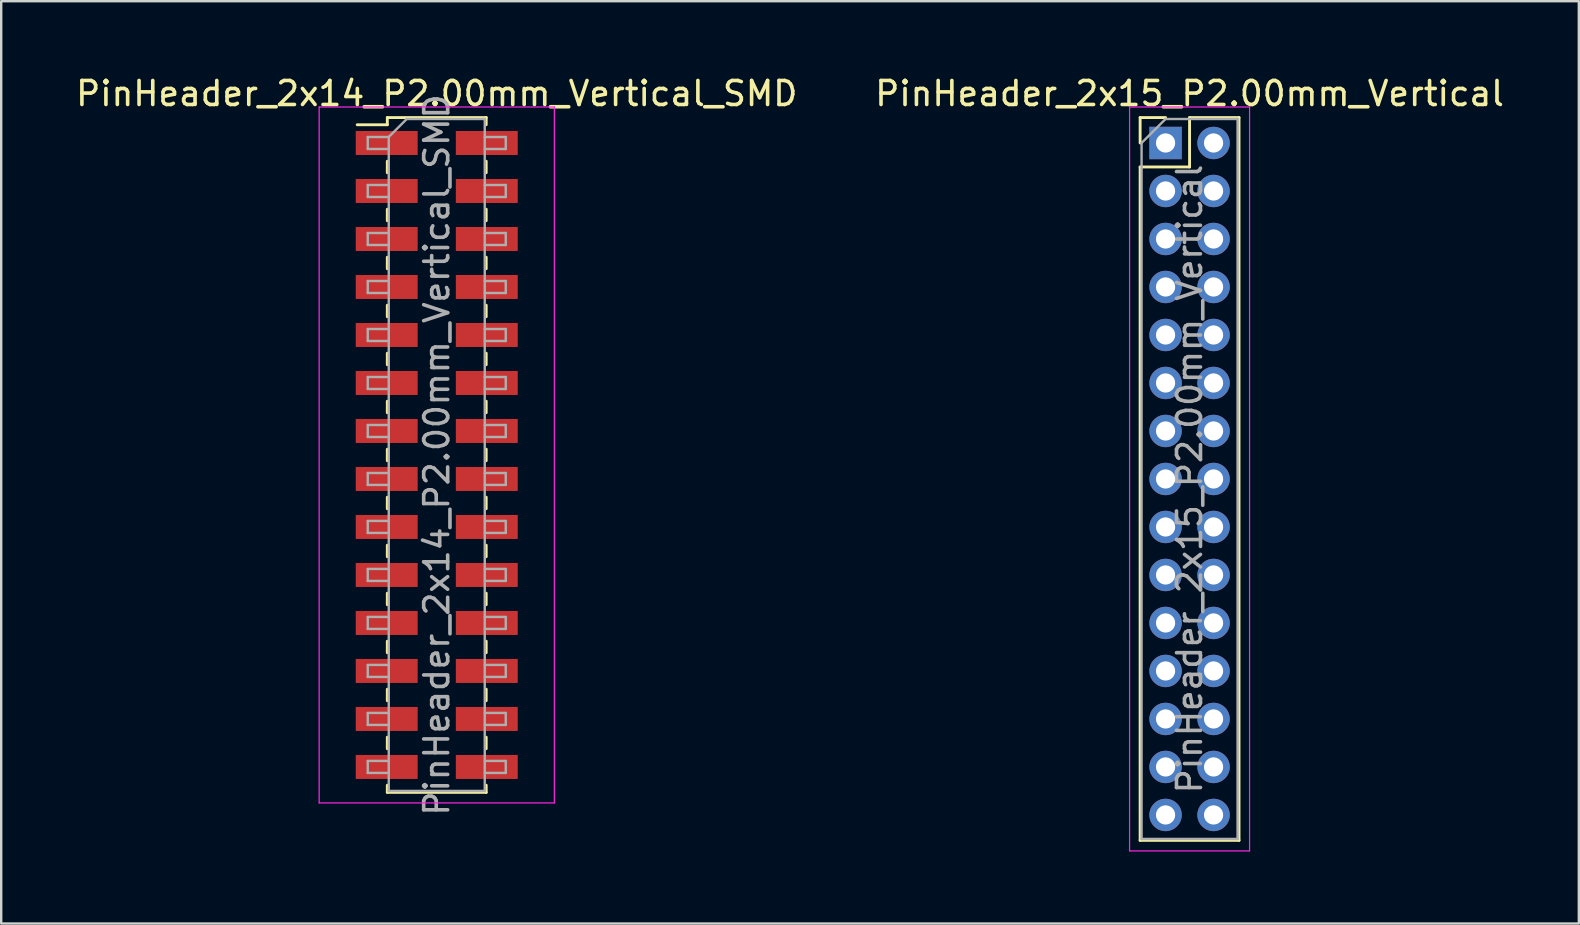
<source format=kicad_pcb>
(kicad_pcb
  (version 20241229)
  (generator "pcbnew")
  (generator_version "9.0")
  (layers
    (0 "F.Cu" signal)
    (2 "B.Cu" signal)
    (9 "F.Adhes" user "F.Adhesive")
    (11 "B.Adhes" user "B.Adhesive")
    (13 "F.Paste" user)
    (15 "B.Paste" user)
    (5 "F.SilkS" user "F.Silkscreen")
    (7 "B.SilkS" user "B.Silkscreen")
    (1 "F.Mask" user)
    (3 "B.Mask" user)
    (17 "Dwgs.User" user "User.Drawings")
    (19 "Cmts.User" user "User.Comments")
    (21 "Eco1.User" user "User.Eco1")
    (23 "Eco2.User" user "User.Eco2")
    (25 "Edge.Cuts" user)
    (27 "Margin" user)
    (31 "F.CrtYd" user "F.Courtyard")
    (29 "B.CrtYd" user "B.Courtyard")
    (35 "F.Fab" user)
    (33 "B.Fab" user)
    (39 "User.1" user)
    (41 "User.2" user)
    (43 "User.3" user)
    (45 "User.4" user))
  (footprint "PinHeader_2x14_P2.00mm_Vertical_SMD"
    (layer "F.Cu")
    (at 15.149 15.908)
    (property "Reference" "PinHeader_2x14_P2.00mm_Vertical_SMD" (at 0 -15.06 0) (layer "F.SilkS") (effects (font (size 1 1) (thickness 0.15))))
    (attr smd)
    (fp_line (start -3.315 -13.76) (end -2.06 -13.76) (stroke (width 0.12) (type solid)) (layer "F.SilkS"))
    (fp_line (start -2.06 -14.06) (end -2.06 -13.76) (stroke (width 0.12) (type solid)) (layer "F.SilkS"))
    (fp_line (start -2.06 -14.06) (end 2.06 -14.06) (stroke (width 0.12) (type solid)) (layer "F.SilkS"))
    (fp_line (start -2.06 -12.24) (end -2.06 -11.76) (stroke (width 0.12) (type solid)) (layer "F.SilkS"))
    (fp_line (start -2.06 -10.24) (end -2.06 -9.76) (stroke (width 0.12) (type solid)) (layer "F.SilkS"))
    (fp_line (start -2.06 -8.24) (end -2.06 -7.76) (stroke (width 0.12) (type solid)) (layer "F.SilkS"))
    (fp_line (start -2.06 -6.24) (end -2.06 -5.76) (stroke (width 0.12) (type solid)) (layer "F.SilkS"))
    (fp_line (start -2.06 -4.24) (end -2.06 -3.76) (stroke (width 0.12) (type solid)) (layer "F.SilkS"))
    (fp_line (start -2.06 -2.24) (end -2.06 -1.76) (stroke (width 0.12) (type solid)) (layer "F.SilkS"))
    (fp_line (start -2.06 -0.24) (end -2.06 0.24) (stroke (width 0.12) (type solid)) (layer "F.SilkS"))
    (fp_line (start -2.06 1.76) (end -2.06 2.24) (stroke (width 0.12) (type solid)) (layer "F.SilkS"))
    (fp_line (start -2.06 3.76) (end -2.06 4.24) (stroke (width 0.12) (type solid)) (layer "F.SilkS"))
    (fp_line (start -2.06 5.76) (end -2.06 6.24) (stroke (width 0.12) (type solid)) (layer "F.SilkS"))
    (fp_line (start -2.06 7.76) (end -2.06 8.24) (stroke (width 0.12) (type solid)) (layer "F.SilkS"))
    (fp_line (start -2.06 9.76) (end -2.06 10.24) (stroke (width 0.12) (type solid)) (layer "F.SilkS"))
    (fp_line (start -2.06 11.76) (end -2.06 12.24) (stroke (width 0.12) (type solid)) (layer "F.SilkS"))
    (fp_line (start -2.06 13.76) (end -2.06 14.06) (stroke (width 0.12) (type solid)) (layer "F.SilkS"))
    (fp_line (start -2.06 14.06) (end 2.06 14.06) (stroke (width 0.12) (type solid)) (layer "F.SilkS"))
    (fp_line (start 2.06 -14.06) (end 2.06 -13.76) (stroke (width 0.12) (type solid)) (layer "F.SilkS"))
    (fp_line (start 2.06 -12.24) (end 2.06 -11.76) (stroke (width 0.12) (type solid)) (layer "F.SilkS"))
    (fp_line (start 2.06 -10.24) (end 2.06 -9.76) (stroke (width 0.12) (type solid)) (layer "F.SilkS"))
    (fp_line (start 2.06 -8.24) (end 2.06 -7.76) (stroke (width 0.12) (type solid)) (layer "F.SilkS"))
    (fp_line (start 2.06 -6.24) (end 2.06 -5.76) (stroke (width 0.12) (type solid)) (layer "F.SilkS"))
    (fp_line (start 2.06 -4.24) (end 2.06 -3.76) (stroke (width 0.12) (type solid)) (layer "F.SilkS"))
    (fp_line (start 2.06 -2.24) (end 2.06 -1.76) (stroke (width 0.12) (type solid)) (layer "F.SilkS"))
    (fp_line (start 2.06 -0.24) (end 2.06 0.24) (stroke (width 0.12) (type solid)) (layer "F.SilkS"))
    (fp_line (start 2.06 1.76) (end 2.06 2.24) (stroke (width 0.12) (type solid)) (layer "F.SilkS"))
    (fp_line (start 2.06 3.76) (end 2.06 4.24) (stroke (width 0.12) (type solid)) (layer "F.SilkS"))
    (fp_line (start 2.06 5.76) (end 2.06 6.24) (stroke (width 0.12) (type solid)) (layer "F.SilkS"))
    (fp_line (start 2.06 7.76) (end 2.06 8.24) (stroke (width 0.12) (type solid)) (layer "F.SilkS"))
    (fp_line (start 2.06 9.76) (end 2.06 10.24) (stroke (width 0.12) (type solid)) (layer "F.SilkS"))
    (fp_line (start 2.06 11.76) (end 2.06 12.24) (stroke (width 0.12) (type solid)) (layer "F.SilkS"))
    (fp_line (start 2.06 13.76) (end 2.06 14.06) (stroke (width 0.12) (type solid)) (layer "F.SilkS"))
    (fp_line (start -4.9 -14.5) (end -4.9 14.5) (stroke (width 0.05) (type solid)) (layer "F.CrtYd"))
    (fp_line (start -4.9 14.5) (end 4.9 14.5) (stroke (width 0.05) (type solid)) (layer "F.CrtYd"))
    (fp_line (start 4.9 -14.5) (end -4.9 -14.5) (stroke (width 0.05) (type solid)) (layer "F.CrtYd"))
    (fp_line (start 4.9 14.5) (end 4.9 -14.5) (stroke (width 0.05) (type solid)) (layer "F.CrtYd"))
    (fp_line (start -2.875 -13.25) (end -2.875 -12.75) (stroke (width 0.1) (type solid)) (layer "F.Fab"))
    (fp_line (start -2.875 -12.75) (end -2 -12.75) (stroke (width 0.1) (type solid)) (layer "F.Fab"))
    (fp_line (start -2.875 -11.25) (end -2.875 -10.75) (stroke (width 0.1) (type solid)) (layer "F.Fab"))
    (fp_line (start -2.875 -10.75) (end -2 -10.75) (stroke (width 0.1) (type solid)) (layer "F.Fab"))
    (fp_line (start -2.875 -9.25) (end -2.875 -8.75) (stroke (width 0.1) (type solid)) (layer "F.Fab"))
    (fp_line (start -2.875 -8.75) (end -2 -8.75) (stroke (width 0.1) (type solid)) (layer "F.Fab"))
    (fp_line (start -2.875 -7.25) (end -2.875 -6.75) (stroke (width 0.1) (type solid)) (layer "F.Fab"))
    (fp_line (start -2.875 -6.75) (end -2 -6.75) (stroke (width 0.1) (type solid)) (layer "F.Fab"))
    (fp_line (start -2.875 -5.25) (end -2.875 -4.75) (stroke (width 0.1) (type solid)) (layer "F.Fab"))
    (fp_line (start -2.875 -4.75) (end -2 -4.75) (stroke (width 0.1) (type solid)) (layer "F.Fab"))
    (fp_line (start -2.875 -3.25) (end -2.875 -2.75) (stroke (width 0.1) (type solid)) (layer "F.Fab"))
    (fp_line (start -2.875 -2.75) (end -2 -2.75) (stroke (width 0.1) (type solid)) (layer "F.Fab"))
    (fp_line (start -2.875 -1.25) (end -2.875 -0.75) (stroke (width 0.1) (type solid)) (layer "F.Fab"))
    (fp_line (start -2.875 -0.75) (end -2 -0.75) (stroke (width 0.1) (type solid)) (layer "F.Fab"))
    (fp_line (start -2.875 0.75) (end -2.875 1.25) (stroke (width 0.1) (type solid)) (layer "F.Fab"))
    (fp_line (start -2.875 1.25) (end -2 1.25) (stroke (width 0.1) (type solid)) (layer "F.Fab"))
    (fp_line (start -2.875 2.75) (end -2.875 3.25) (stroke (width 0.1) (type solid)) (layer "F.Fab"))
    (fp_line (start -2.875 3.25) (end -2 3.25) (stroke (width 0.1) (type solid)) (layer "F.Fab"))
    (fp_line (start -2.875 4.75) (end -2.875 5.25) (stroke (width 0.1) (type solid)) (layer "F.Fab"))
    (fp_line (start -2.875 5.25) (end -2 5.25) (stroke (width 0.1) (type solid)) (layer "F.Fab"))
    (fp_line (start -2.875 6.75) (end -2.875 7.25) (stroke (width 0.1) (type solid)) (layer "F.Fab"))
    (fp_line (start -2.875 7.25) (end -2 7.25) (stroke (width 0.1) (type solid)) (layer "F.Fab"))
    (fp_line (start -2.875 8.75) (end -2.875 9.25) (stroke (width 0.1) (type solid)) (layer "F.Fab"))
    (fp_line (start -2.875 9.25) (end -2 9.25) (stroke (width 0.1) (type solid)) (layer "F.Fab"))
    (fp_line (start -2.875 10.75) (end -2.875 11.25) (stroke (width 0.1) (type solid)) (layer "F.Fab"))
    (fp_line (start -2.875 11.25) (end -2 11.25) (stroke (width 0.1) (type solid)) (layer "F.Fab"))
    (fp_line (start -2.875 12.75) (end -2.875 13.25) (stroke (width 0.1) (type solid)) (layer "F.Fab"))
    (fp_line (start -2.875 13.25) (end -2 13.25) (stroke (width 0.1) (type solid)) (layer "F.Fab"))
    (fp_line (start -2 -13.25) (end -2.875 -13.25) (stroke (width 0.1) (type solid)) (layer "F.Fab"))
    (fp_line (start -2 -13.25) (end -1.25 -14) (stroke (width 0.1) (type solid)) (layer "F.Fab"))
    (fp_line (start -2 -11.25) (end -2.875 -11.25) (stroke (width 0.1) (type solid)) (layer "F.Fab"))
    (fp_line (start -2 -9.25) (end -2.875 -9.25) (stroke (width 0.1) (type solid)) (layer "F.Fab"))
    (fp_line (start -2 -7.25) (end -2.875 -7.25) (stroke (width 0.1) (type solid)) (layer "F.Fab"))
    (fp_line (start -2 -5.25) (end -2.875 -5.25) (stroke (width 0.1) (type solid)) (layer "F.Fab"))
    (fp_line (start -2 -3.25) (end -2.875 -3.25) (stroke (width 0.1) (type solid)) (layer "F.Fab"))
    (fp_line (start -2 -1.25) (end -2.875 -1.25) (stroke (width 0.1) (type solid)) (layer "F.Fab"))
    (fp_line (start -2 0.75) (end -2.875 0.75) (stroke (width 0.1) (type solid)) (layer "F.Fab"))
    (fp_line (start -2 2.75) (end -2.875 2.75) (stroke (width 0.1) (type solid)) (layer "F.Fab"))
    (fp_line (start -2 4.75) (end -2.875 4.75) (stroke (width 0.1) (type solid)) (layer "F.Fab"))
    (fp_line (start -2 6.75) (end -2.875 6.75) (stroke (width 0.1) (type solid)) (layer "F.Fab"))
    (fp_line (start -2 8.75) (end -2.875 8.75) (stroke (width 0.1) (type solid)) (layer "F.Fab"))
    (fp_line (start -2 10.75) (end -2.875 10.75) (stroke (width 0.1) (type solid)) (layer "F.Fab"))
    (fp_line (start -2 12.75) (end -2.875 12.75) (stroke (width 0.1) (type solid)) (layer "F.Fab"))
    (fp_line (start -2 14) (end -2 -13.25) (stroke (width 0.1) (type solid)) (layer "F.Fab"))
    (fp_line (start -1.25 -14) (end 2 -14) (stroke (width 0.1) (type solid)) (layer "F.Fab"))
    (fp_line (start 2 -14) (end 2 14) (stroke (width 0.1) (type solid)) (layer "F.Fab"))
    (fp_line (start 2 -13.25) (end 2.875 -13.25) (stroke (width 0.1) (type solid)) (layer "F.Fab"))
    (fp_line (start 2 -11.25) (end 2.875 -11.25) (stroke (width 0.1) (type solid)) (layer "F.Fab"))
    (fp_line (start 2 -9.25) (end 2.875 -9.25) (stroke (width 0.1) (type solid)) (layer "F.Fab"))
    (fp_line (start 2 -7.25) (end 2.875 -7.25) (stroke (width 0.1) (type solid)) (layer "F.Fab"))
    (fp_line (start 2 -5.25) (end 2.875 -5.25) (stroke (width 0.1) (type solid)) (layer "F.Fab"))
    (fp_line (start 2 -3.25) (end 2.875 -3.25) (stroke (width 0.1) (type solid)) (layer "F.Fab"))
    (fp_line (start 2 -1.25) (end 2.875 -1.25) (stroke (width 0.1) (type solid)) (layer "F.Fab"))
    (fp_line (start 2 0.75) (end 2.875 0.75) (stroke (width 0.1) (type solid)) (layer "F.Fab"))
    (fp_line (start 2 2.75) (end 2.875 2.75) (stroke (width 0.1) (type solid)) (layer "F.Fab"))
    (fp_line (start 2 4.75) (end 2.875 4.75) (stroke (width 0.1) (type solid)) (layer "F.Fab"))
    (fp_line (start 2 6.75) (end 2.875 6.75) (stroke (width 0.1) (type solid)) (layer "F.Fab"))
    (fp_line (start 2 8.75) (end 2.875 8.75) (stroke (width 0.1) (type solid)) (layer "F.Fab"))
    (fp_line (start 2 10.75) (end 2.875 10.75) (stroke (width 0.1) (type solid)) (layer "F.Fab"))
    (fp_line (start 2 12.75) (end 2.875 12.75) (stroke (width 0.1) (type solid)) (layer "F.Fab"))
    (fp_line (start 2 14) (end -2 14) (stroke (width 0.1) (type solid)) (layer "F.Fab"))
    (fp_line (start 2.875 -13.25) (end 2.875 -12.75) (stroke (width 0.1) (type solid)) (layer "F.Fab"))
    (fp_line (start 2.875 -12.75) (end 2 -12.75) (stroke (width 0.1) (type solid)) (layer "F.Fab"))
    (fp_line (start 2.875 -11.25) (end 2.875 -10.75) (stroke (width 0.1) (type solid)) (layer "F.Fab"))
    (fp_line (start 2.875 -10.75) (end 2 -10.75) (stroke (width 0.1) (type solid)) (layer "F.Fab"))
    (fp_line (start 2.875 -9.25) (end 2.875 -8.75) (stroke (width 0.1) (type solid)) (layer "F.Fab"))
    (fp_line (start 2.875 -8.75) (end 2 -8.75) (stroke (width 0.1) (type solid)) (layer "F.Fab"))
    (fp_line (start 2.875 -7.25) (end 2.875 -6.75) (stroke (width 0.1) (type solid)) (layer "F.Fab"))
    (fp_line (start 2.875 -6.75) (end 2 -6.75) (stroke (width 0.1) (type solid)) (layer "F.Fab"))
    (fp_line (start 2.875 -5.25) (end 2.875 -4.75) (stroke (width 0.1) (type solid)) (layer "F.Fab"))
    (fp_line (start 2.875 -4.75) (end 2 -4.75) (stroke (width 0.1) (type solid)) (layer "F.Fab"))
    (fp_line (start 2.875 -3.25) (end 2.875 -2.75) (stroke (width 0.1) (type solid)) (layer "F.Fab"))
    (fp_line (start 2.875 -2.75) (end 2 -2.75) (stroke (width 0.1) (type solid)) (layer "F.Fab"))
    (fp_line (start 2.875 -1.25) (end 2.875 -0.75) (stroke (width 0.1) (type solid)) (layer "F.Fab"))
    (fp_line (start 2.875 -0.75) (end 2 -0.75) (stroke (width 0.1) (type solid)) (layer "F.Fab"))
    (fp_line (start 2.875 0.75) (end 2.875 1.25) (stroke (width 0.1) (type solid)) (layer "F.Fab"))
    (fp_line (start 2.875 1.25) (end 2 1.25) (stroke (width 0.1) (type solid)) (layer "F.Fab"))
    (fp_line (start 2.875 2.75) (end 2.875 3.25) (stroke (width 0.1) (type solid)) (layer "F.Fab"))
    (fp_line (start 2.875 3.25) (end 2 3.25) (stroke (width 0.1) (type solid)) (layer "F.Fab"))
    (fp_line (start 2.875 4.75) (end 2.875 5.25) (stroke (width 0.1) (type solid)) (layer "F.Fab"))
    (fp_line (start 2.875 5.25) (end 2 5.25) (stroke (width 0.1) (type solid)) (layer "F.Fab"))
    (fp_line (start 2.875 6.75) (end 2.875 7.25) (stroke (width 0.1) (type solid)) (layer "F.Fab"))
    (fp_line (start 2.875 7.25) (end 2 7.25) (stroke (width 0.1) (type solid)) (layer "F.Fab"))
    (fp_line (start 2.875 8.75) (end 2.875 9.25) (stroke (width 0.1) (type solid)) (layer "F.Fab"))
    (fp_line (start 2.875 9.25) (end 2 9.25) (stroke (width 0.1) (type solid)) (layer "F.Fab"))
    (fp_line (start 2.875 10.75) (end 2.875 11.25) (stroke (width 0.1) (type solid)) (layer "F.Fab"))
    (fp_line (start 2.875 11.25) (end 2 11.25) (stroke (width 0.1) (type solid)) (layer "F.Fab"))
    (fp_line (start 2.875 12.75) (end 2.875 13.25) (stroke (width 0.1) (type solid)) (layer "F.Fab"))
    (fp_line (start 2.875 13.25) (end 2 13.25) (stroke (width 0.1) (type solid)) (layer "F.Fab"))
    (fp_text user "${REFERENCE}" (at 0 0 90) (layer "F.Fab") (effects (font (size 1 1) (thickness 0.15))))
    (pad "1" smd rect (at -2.085 -13) (size 2.58 1) (layers "F.Cu" "F.Mask" "F.Paste"))
    (pad "2" smd rect (at 2.085 -13) (size 2.58 1) (layers "F.Cu" "F.Mask" "F.Paste"))
    (pad "3" smd rect (at -2.085 -11) (size 2.58 1) (layers "F.Cu" "F.Mask" "F.Paste"))
    (pad "4" smd rect (at 2.085 -11) (size 2.58 1) (layers "F.Cu" "F.Mask" "F.Paste"))
    (pad "5" smd rect (at -2.085 -9) (size 2.58 1) (layers "F.Cu" "F.Mask" "F.Paste"))
    (pad "6" smd rect (at 2.085 -9) (size 2.58 1) (layers "F.Cu" "F.Mask" "F.Paste"))
    (pad "7" smd rect (at -2.085 -7) (size 2.58 1) (layers "F.Cu" "F.Mask" "F.Paste"))
    (pad "8" smd rect (at 2.085 -7) (size 2.58 1) (layers "F.Cu" "F.Mask" "F.Paste"))
    (pad "9" smd rect (at -2.085 -5) (size 2.58 1) (layers "F.Cu" "F.Mask" "F.Paste"))
    (pad "10" smd rect (at 2.085 -5) (size 2.58 1) (layers "F.Cu" "F.Mask" "F.Paste"))
    (pad "11" smd rect (at -2.085 -3) (size 2.58 1) (layers "F.Cu" "F.Mask" "F.Paste"))
    (pad "12" smd rect (at 2.085 -3) (size 2.58 1) (layers "F.Cu" "F.Mask" "F.Paste"))
    (pad "13" smd rect (at -2.085 -1) (size 2.58 1) (layers "F.Cu" "F.Mask" "F.Paste"))
    (pad "14" smd rect (at 2.085 -1) (size 2.58 1) (layers "F.Cu" "F.Mask" "F.Paste"))
    (pad "15" smd rect (at -2.085 1) (size 2.58 1) (layers "F.Cu" "F.Mask" "F.Paste"))
    (pad "16" smd rect (at 2.085 1) (size 2.58 1) (layers "F.Cu" "F.Mask" "F.Paste"))
    (pad "17" smd rect (at -2.085 3) (size 2.58 1) (layers "F.Cu" "F.Mask" "F.Paste"))
    (pad "18" smd rect (at 2.085 3) (size 2.58 1) (layers "F.Cu" "F.Mask" "F.Paste"))
    (pad "19" smd rect (at -2.085 5) (size 2.58 1) (layers "F.Cu" "F.Mask" "F.Paste"))
    (pad "20" smd rect (at 2.085 5) (size 2.58 1) (layers "F.Cu" "F.Mask" "F.Paste"))
    (pad "21" smd rect (at -2.085 7) (size 2.58 1) (layers "F.Cu" "F.Mask" "F.Paste"))
    (pad "22" smd rect (at 2.085 7) (size 2.58 1) (layers "F.Cu" "F.Mask" "F.Paste"))
    (pad "23" smd rect (at -2.085 9) (size 2.58 1) (layers "F.Cu" "F.Mask" "F.Paste"))
    (pad "24" smd rect (at 2.085 9) (size 2.58 1) (layers "F.Cu" "F.Mask" "F.Paste"))
    (pad "25" smd rect (at -2.085 11) (size 2.58 1) (layers "F.Cu" "F.Mask" "F.Paste"))
    (pad "26" smd rect (at 2.085 11) (size 2.58 1) (layers "F.Cu" "F.Mask" "F.Paste"))
    (pad "27" smd rect (at -2.085 13) (size 2.58 1) (layers "F.Cu" "F.Mask" "F.Paste"))
    (pad "28" smd rect (at 2.085 13) (size 2.58 1) (layers "F.Cu" "F.Mask" "F.Paste")))
  (footprint "PinHeader_2x15_P2.00mm_Vertical"
    (layer "F.Cu")
    (at 45.518 2.908)
    (property "Reference" "PinHeader_2x15_P2.00mm_Vertical" (at 1 -2.06 0) (layer "F.SilkS") (effects (font (size 1 1) (thickness 0.15))))
    (attr through_hole)
    (fp_line (start -1.06 -1.06) (end 0 -1.06) (stroke (width 0.12) (type solid)) (layer "F.SilkS"))
    (fp_line (start -1.06 0) (end -1.06 -1.06) (stroke (width 0.12) (type solid)) (layer "F.SilkS"))
    (fp_line (start -1.06 1) (end -1.06 29.06) (stroke (width 0.12) (type solid)) (layer "F.SilkS"))
    (fp_line (start -1.06 1) (end 1 1) (stroke (width 0.12) (type solid)) (layer "F.SilkS"))
    (fp_line (start -1.06 29.06) (end 3.06 29.06) (stroke (width 0.12) (type solid)) (layer "F.SilkS"))
    (fp_line (start 1 -1.06) (end 3.06 -1.06) (stroke (width 0.12) (type solid)) (layer "F.SilkS"))
    (fp_line (start 1 1) (end 1 -1.06) (stroke (width 0.12) (type solid)) (layer "F.SilkS"))
    (fp_line (start 3.06 -1.06) (end 3.06 29.06) (stroke (width 0.12) (type solid)) (layer "F.SilkS"))
    (fp_line (start -1.5 -1.5) (end -1.5 29.5) (stroke (width 0.05) (type solid)) (layer "F.CrtYd"))
    (fp_line (start -1.5 29.5) (end 3.5 29.5) (stroke (width 0.05) (type solid)) (layer "F.CrtYd"))
    (fp_line (start 3.5 -1.5) (end -1.5 -1.5) (stroke (width 0.05) (type solid)) (layer "F.CrtYd"))
    (fp_line (start 3.5 29.5) (end 3.5 -1.5) (stroke (width 0.05) (type solid)) (layer "F.CrtYd"))
    (fp_line (start -1 0) (end 0 -1) (stroke (width 0.1) (type solid)) (layer "F.Fab"))
    (fp_line (start -1 29) (end -1 0) (stroke (width 0.1) (type solid)) (layer "F.Fab"))
    (fp_line (start 0 -1) (end 3 -1) (stroke (width 0.1) (type solid)) (layer "F.Fab"))
    (fp_line (start 3 -1) (end 3 29) (stroke (width 0.1) (type solid)) (layer "F.Fab"))
    (fp_line (start 3 29) (end -1 29) (stroke (width 0.1) (type solid)) (layer "F.Fab"))
    (fp_text user "${REFERENCE}" (at 1 14 90) (layer "F.Fab") (effects (font (size 1 1) (thickness 0.15))))
    (pad "1" thru_hole rect (at 0 0) (size 1.35 1.35) (drill 0.8) (layers "*.Cu" "*.Mask"))
    (pad "2" thru_hole oval (at 2 0) (size 1.35 1.35) (drill 0.8) (layers "*.Cu" "*.Mask"))
    (pad "3" thru_hole oval (at 0 2) (size 1.35 1.35) (drill 0.8) (layers "*.Cu" "*.Mask"))
    (pad "4" thru_hole oval (at 2 2) (size 1.35 1.35) (drill 0.8) (layers "*.Cu" "*.Mask"))
    (pad "5" thru_hole oval (at 0 4) (size 1.35 1.35) (drill 0.8) (layers "*.Cu" "*.Mask"))
    (pad "6" thru_hole oval (at 2 4) (size 1.35 1.35) (drill 0.8) (layers "*.Cu" "*.Mask"))
    (pad "7" thru_hole oval (at 0 6) (size 1.35 1.35) (drill 0.8) (layers "*.Cu" "*.Mask"))
    (pad "8" thru_hole oval (at 2 6) (size 1.35 1.35) (drill 0.8) (layers "*.Cu" "*.Mask"))
    (pad "9" thru_hole oval (at 0 8) (size 1.35 1.35) (drill 0.8) (layers "*.Cu" "*.Mask"))
    (pad "10" thru_hole oval (at 2 8) (size 1.35 1.35) (drill 0.8) (layers "*.Cu" "*.Mask"))
    (pad "11" thru_hole oval (at 0 10) (size 1.35 1.35) (drill 0.8) (layers "*.Cu" "*.Mask"))
    (pad "12" thru_hole oval (at 2 10) (size 1.35 1.35) (drill 0.8) (layers "*.Cu" "*.Mask"))
    (pad "13" thru_hole oval (at 0 12) (size 1.35 1.35) (drill 0.8) (layers "*.Cu" "*.Mask"))
    (pad "14" thru_hole oval (at 2 12) (size 1.35 1.35) (drill 0.8) (layers "*.Cu" "*.Mask"))
    (pad "15" thru_hole oval (at 0 14) (size 1.35 1.35) (drill 0.8) (layers "*.Cu" "*.Mask"))
    (pad "16" thru_hole oval (at 2 14) (size 1.35 1.35) (drill 0.8) (layers "*.Cu" "*.Mask"))
    (pad "17" thru_hole oval (at 0 16) (size 1.35 1.35) (drill 0.8) (layers "*.Cu" "*.Mask"))
    (pad "18" thru_hole oval (at 2 16) (size 1.35 1.35) (drill 0.8) (layers "*.Cu" "*.Mask"))
    (pad "19" thru_hole oval (at 0 18) (size 1.35 1.35) (drill 0.8) (layers "*.Cu" "*.Mask"))
    (pad "20" thru_hole oval (at 2 18) (size 1.35 1.35) (drill 0.8) (layers "*.Cu" "*.Mask"))
    (pad "21" thru_hole oval (at 0 20) (size 1.35 1.35) (drill 0.8) (layers "*.Cu" "*.Mask"))
    (pad "22" thru_hole oval (at 2 20) (size 1.35 1.35) (drill 0.8) (layers "*.Cu" "*.Mask"))
    (pad "23" thru_hole oval (at 0 22) (size 1.35 1.35) (drill 0.8) (layers "*.Cu" "*.Mask"))
    (pad "24" thru_hole oval (at 2 22) (size 1.35 1.35) (drill 0.8) (layers "*.Cu" "*.Mask"))
    (pad "25" thru_hole oval (at 0 24) (size 1.35 1.35) (drill 0.8) (layers "*.Cu" "*.Mask"))
    (pad "26" thru_hole oval (at 2 24) (size 1.35 1.35) (drill 0.8) (layers "*.Cu" "*.Mask"))
    (pad "27" thru_hole oval (at 0 26) (size 1.35 1.35) (drill 0.8) (layers "*.Cu" "*.Mask"))
    (pad "28" thru_hole oval (at 2 26) (size 1.35 1.35) (drill 0.8) (layers "*.Cu" "*.Mask"))
    (pad "29" thru_hole oval (at 0 28) (size 1.35 1.35) (drill 0.8) (layers "*.Cu" "*.Mask"))
    (pad "30" thru_hole oval (at 2 28) (size 1.35 1.35) (drill 0.8) (layers "*.Cu" "*.Mask")))
  (gr_rect
    (start -3 -3)
    (end 62.738 35.433)
    (stroke (width 0.1) (type default))
    (fill no)
    (layer "Edge.Cuts")))
</source>
